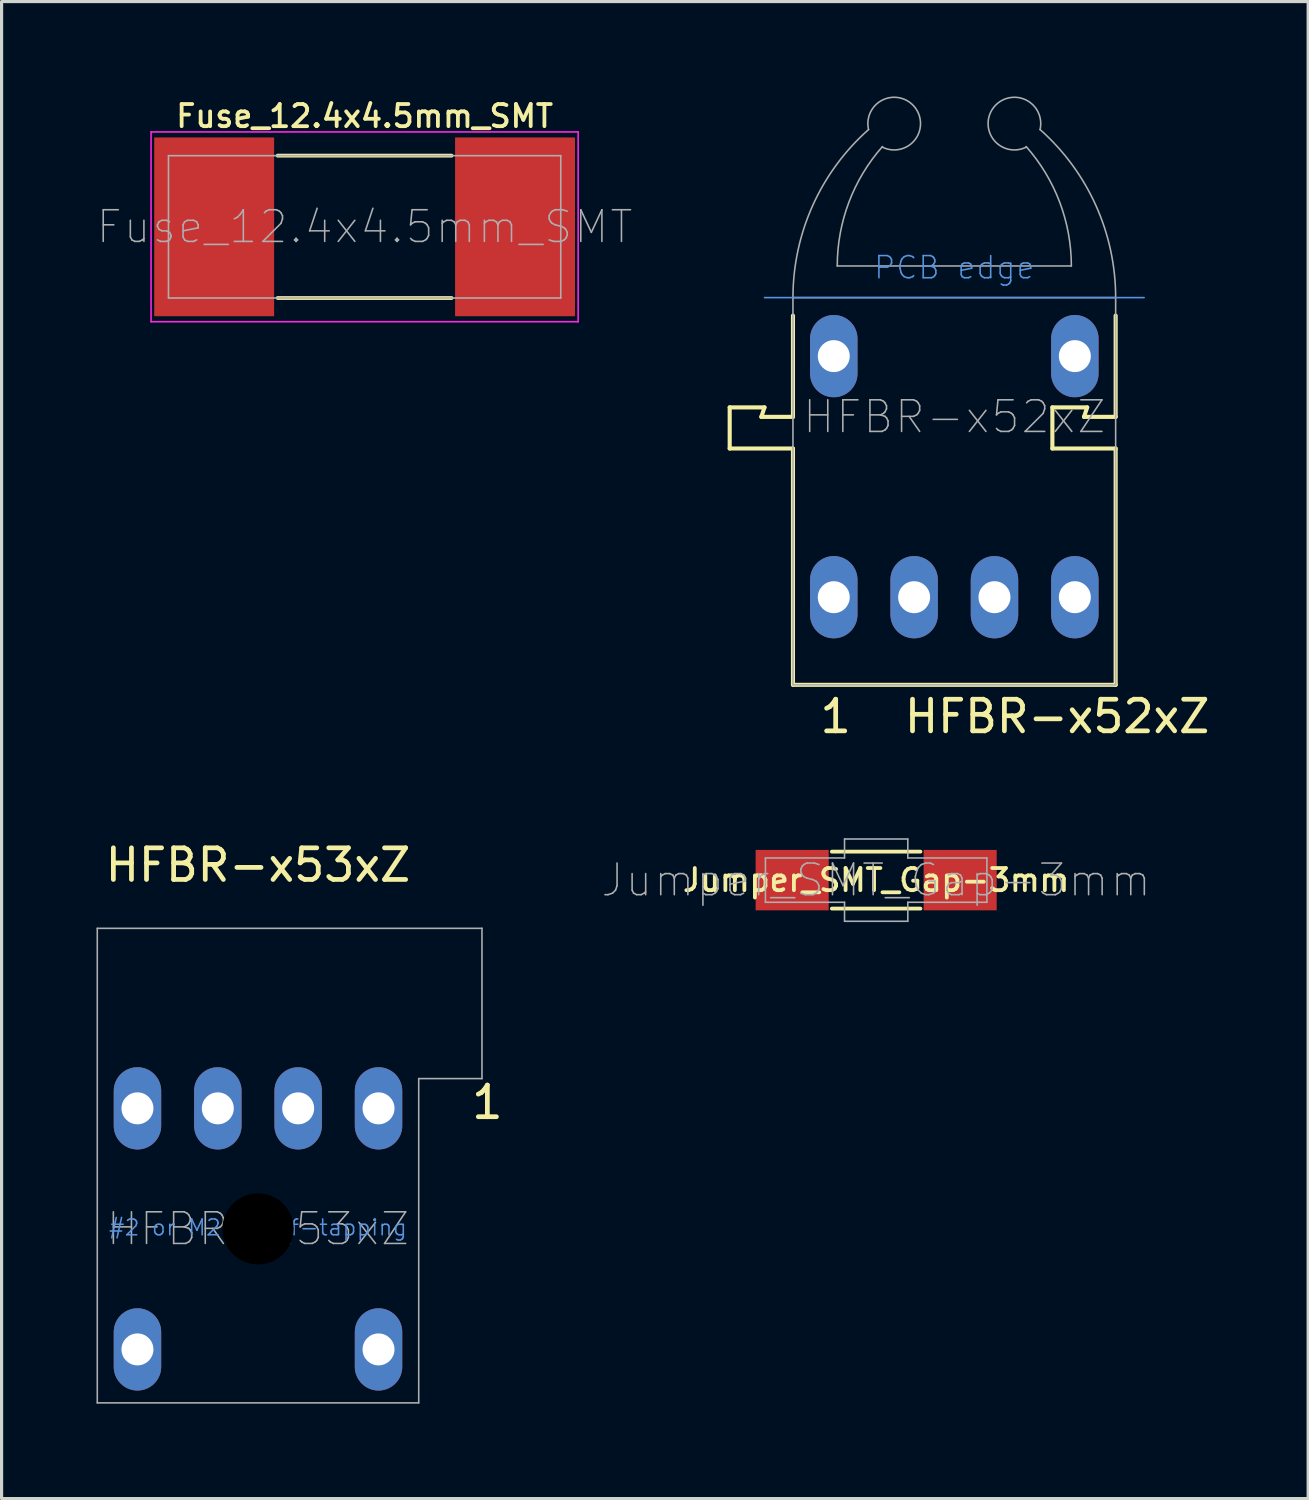
<source format=kicad_pcb>
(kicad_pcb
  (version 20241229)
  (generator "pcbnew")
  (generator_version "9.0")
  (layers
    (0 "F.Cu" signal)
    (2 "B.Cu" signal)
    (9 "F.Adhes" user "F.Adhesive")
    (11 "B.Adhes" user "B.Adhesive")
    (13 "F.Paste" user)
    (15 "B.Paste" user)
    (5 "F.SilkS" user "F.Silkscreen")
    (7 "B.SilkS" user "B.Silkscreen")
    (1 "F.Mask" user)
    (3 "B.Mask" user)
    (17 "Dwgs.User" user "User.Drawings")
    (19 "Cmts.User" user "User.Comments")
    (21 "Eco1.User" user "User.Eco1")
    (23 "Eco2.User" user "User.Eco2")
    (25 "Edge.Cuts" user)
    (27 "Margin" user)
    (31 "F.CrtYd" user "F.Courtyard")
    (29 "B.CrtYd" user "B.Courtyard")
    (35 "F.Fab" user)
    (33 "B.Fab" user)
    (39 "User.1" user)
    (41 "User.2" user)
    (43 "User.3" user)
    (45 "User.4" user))
  (footprint "HFBR-x53xZ"
    (layer "F.Cu")
    (at 5.105 35.794)
    (property "Reference" "HFBR-x53xZ" (at 0 -11.5 180) (layer "F.SilkS") (effects (font (size 1 1) (thickness 0.15))))
    (attr through_hole)
    (fp_line (start -5.08 -9.5) (end -5.08 5.5) (stroke (width 0.05) (type default)) (layer "F.Fab"))
    (fp_line (start -5.08 5.5) (end 5.08 5.5) (stroke (width 0.05) (type default)) (layer "F.Fab"))
    (fp_line (start 5.08 -4.75) (end 7.08 -4.75) (stroke (width 0.05) (type default)) (layer "F.Fab"))
    (fp_line (start 5.08 5.5) (end 5.08 -4.75) (stroke (width 0.05) (type default)) (layer "F.Fab"))
    (fp_line (start 7.08 -9.5) (end -5.08 -9.5) (stroke (width 0.05) (type default)) (layer "F.Fab"))
    (fp_line (start 7.08 -4.75) (end 7.08 -9.5) (stroke (width 0.05) (type default)) (layer "F.Fab"))
    (fp_text user "1" (at 7.25 -4 180) (layer "F.SilkS") (effects (font (size 1 1) (thickness 0.15))))
    (fp_text user "#2 or M2.2 self-tapping" (at -4.75 0.25 0) (unlocked yes) (layer "Cmts.User") (effects (font (size 0.5 0.5) (thickness 0.05)) (justify left bottom)))
    (fp_text user "${REFERENCE}" (at 0 0 0) (unlocked yes) (layer "F.Fab") (effects (font (size 1 1) (thickness 0.05))))
    (pad "" np_thru_hole circle (at 0 0) (size 2.25 2.25) (drill 2.25) (layers "*.Mask"))
    (pad "1" thru_hole oval (at 3.81 -3.81 180) (size 1.5 2.6) (drill 1.01) (layers "*.Cu" "*.Mask"))
    (pad "2" thru_hole oval (at 1.27 -3.81 180) (size 1.5 2.6) (drill 1.01) (layers "*.Cu" "*.Mask"))
    (pad "3" thru_hole oval (at -1.27 -3.81 180) (size 1.5 2.6) (drill 1.01) (layers "*.Cu" "*.Mask"))
    (pad "4" thru_hole oval (at -3.81 -3.81 180) (size 1.5 2.6) (drill 1.01) (layers "*.Cu" "*.Mask"))
    (pad "5" thru_hole oval (at -3.81 3.81 180) (size 1.5 2.6) (drill 1.01) (layers "*.Cu" "*.Mask"))
    (pad "6" thru_hole oval (at 3.81 3.81 180) (size 1.5 2.6) (drill 1.01) (layers "*.Cu" "*.Mask")))
  (footprint "Jumper_SMT_Gap-3mm"
    (layer "F.Cu")
    (at 24.645 24.77)
    (property "Reference" "Jumper_SMT_Gap-3mm" (at 0 0 0) (layer "F.SilkS") (effects (font (size 0.7 0.7) (thickness 0.12))))
    (attr smd)
    (fp_line (start -1.4 -0.9) (end 1.4 -0.9) (stroke (width 0.12) (type solid)) (layer "F.SilkS"))
    (fp_line (start -1.4 0.9) (end 1.4 0.9) (stroke (width 0.12) (type solid)) (layer "F.SilkS"))
    (fp_line (start -3.5 -0.7) (end -3.5 0.7) (stroke (width 0.05) (type solid)) (layer "F.Fab"))
    (fp_line (start -3.5 0.7) (end -1 0.7) (stroke (width 0.05) (type solid)) (layer "F.Fab"))
    (fp_line (start -1 -1.3) (end -1 -0.7) (stroke (width 0.05) (type solid)) (layer "F.Fab"))
    (fp_line (start -1 -0.7) (end -3.5 -0.7) (stroke (width 0.05) (type solid)) (layer "F.Fab"))
    (fp_line (start -1 0.7) (end -1 1.3) (stroke (width 0.05) (type solid)) (layer "F.Fab"))
    (fp_line (start -1 1.3) (end 1 1.3) (stroke (width 0.05) (type solid)) (layer "F.Fab"))
    (fp_line (start 1 -1.3) (end -1 -1.3) (stroke (width 0.05) (type solid)) (layer "F.Fab"))
    (fp_line (start 1 -0.7) (end 1 -1.3) (stroke (width 0.05) (type solid)) (layer "F.Fab"))
    (fp_line (start 1 0.7) (end 3.5 0.7) (stroke (width 0.05) (type solid)) (layer "F.Fab"))
    (fp_line (start 1 1.3) (end 1 0.7) (stroke (width 0.05) (type solid)) (layer "F.Fab"))
    (fp_line (start 3.5 -0.7) (end 1 -0.7) (stroke (width 0.05) (type solid)) (layer "F.Fab"))
    (fp_line (start 3.5 0.7) (end 3.5 -0.7) (stroke (width 0.05) (type solid)) (layer "F.Fab"))
    (fp_text user "${REFERENCE}" (at 0 0 0) (layer "F.Fab") (effects (font (size 1 1) (thickness 0.05))))
    (pad "1" smd rect (at -2.655 0) (size 2.31 1.91) (layers "F.Cu" "F.Mask" "F.Paste"))
    (pad "2" smd rect (at 2.655 0) (size 2.31 1.91) (layers "F.Cu" "F.Mask" "F.Paste")))
  (footprint "Fuse_12.4x4.5mm_SMT"
    (layer "F.Cu")
    (at 8.475 4.12)
    (property "Reference" "Fuse_12.4x4.5mm_SMT" (at 0 -3.5 0) (unlocked yes) (layer "F.SilkS") (effects (font (size 0.7 0.7) (thickness 0.12))))
    (attr smd)
    (fp_line (start -2.75 -2.25) (end 2.75 -2.25) (stroke (width 0.12) (type solid)) (layer "F.SilkS"))
    (fp_line (start -2.75 2.25) (end 2.75 2.25) (stroke (width 0.12) (type solid)) (layer "F.SilkS"))
    (fp_line (start -6.75 -3) (end 6.75 -3) (stroke (width 0.05) (type solid)) (layer "F.CrtYd"))
    (fp_line (start -6.75 3) (end -6.75 -3) (stroke (width 0.05) (type solid)) (layer "F.CrtYd"))
    (fp_line (start 6.75 -3) (end 6.75 3) (stroke (width 0.05) (type solid)) (layer "F.CrtYd"))
    (fp_line (start 6.75 3) (end -6.75 3) (stroke (width 0.05) (type solid)) (layer "F.CrtYd"))
    (fp_line (start -6.2 -2.25) (end -6.2 2.25) (stroke (width 0.05) (type solid)) (layer "F.Fab"))
    (fp_line (start -6.2 -2.25) (end 6.2 -2.25) (stroke (width 0.05) (type solid)) (layer "F.Fab"))
    (fp_line (start -6.2 2.25) (end 6.2 2.25) (stroke (width 0.05) (type solid)) (layer "F.Fab"))
    (fp_line (start 6.2 2.25) (end 6.2 -2.25) (stroke (width 0.05) (type solid)) (layer "F.Fab"))
    (fp_text user "${REFERENCE}" (at 0 0 0) (layer "F.Fab") (effects (font (size 1 1) (thickness 0.05))))
    (pad "1" smd rect (at -4.755 0) (size 3.79 5.65) (layers "F.Cu" "F.Mask" "F.Paste"))
    (pad "2" smd rect (at 4.755 0) (size 3.79 5.65) (layers "F.Cu" "F.Mask" "F.Paste")))
  (footprint "HFBR-x52xZ"
    (layer "F.Cu")
    (at 27.115 10.127)
    (property "Reference" "HFBR-x52xZ" (at 3.25 9.47 0) (layer "F.SilkS") (effects (font (size 1 1) (thickness 0.15))))
    (attr through_hole)
    (fp_line (start -7.1 -0.3) (end -6 -0.3) (stroke (width 0.13) (type solid)) (layer "F.SilkS"))
    (fp_line (start -7.1 1) (end -7.1 -0.3) (stroke (width 0.13) (type solid)) (layer "F.SilkS"))
    (fp_line (start -6.1 0) (end -5.1 0) (stroke (width 0.13) (type solid)) (layer "F.SilkS"))
    (fp_line (start -6 -0.3) (end -6.1 0) (stroke (width 0.13) (type solid)) (layer "F.SilkS"))
    (fp_line (start -5.1 0) (end -5.1 -3.2) (stroke (width 0.13) (type solid)) (layer "F.SilkS"))
    (fp_line (start -5.1 1) (end -7.1 1) (stroke (width 0.13) (type solid)) (layer "F.SilkS"))
    (fp_line (start -5.1 1.001) (end -5.1 8.47) (stroke (width 0.13) (type solid)) (layer "F.SilkS"))
    (fp_line (start 3.1 -0.3) (end 4.2 -0.3) (stroke (width 0.13) (type solid)) (layer "F.SilkS"))
    (fp_line (start 3.1 1) (end 3.1 -0.3) (stroke (width 0.13) (type solid)) (layer "F.SilkS"))
    (fp_line (start 4.1 0) (end 5.1 0) (stroke (width 0.13) (type solid)) (layer "F.SilkS"))
    (fp_line (start 4.2 -0.3) (end 4.1 0) (stroke (width 0.13) (type solid)) (layer "F.SilkS"))
    (fp_line (start 5.1 0) (end 5.1 -3.2) (stroke (width 0.13) (type solid)) (layer "F.SilkS"))
    (fp_line (start 5.1 1) (end 3.1 1) (stroke (width 0.13) (type solid)) (layer "F.SilkS"))
    (fp_line (start 5.1 1.001) (end 5.1 8.47) (stroke (width 0.13) (type solid)) (layer "F.SilkS"))
    (fp_line (start 5.1 8.47) (end -5.1 8.47) (stroke (width 0.13) (type solid)) (layer "F.SilkS"))
    (fp_line (start -6 -3.77) (end 6 -3.77) (stroke (width 0.05) (type solid)) (layer "Cmts.User"))
    (fp_line (start -5.1 -3.77) (end -5.1 8.47) (stroke (width 0.05) (type solid)) (layer "F.Fab"))
    (fp_line (start -5.1 -3.77) (end 5.1 -3.77) (stroke (width 0.05) (type solid)) (layer "F.Fab"))
    (fp_line (start -5.1 8.47) (end 5.1 8.47) (stroke (width 0.05) (type solid)) (layer "F.Fab"))
    (fp_line (start -3.7 -4.77) (end 3.7 -4.77) (stroke (width 0.05) (type solid)) (layer "F.Fab"))
    (fp_line (start 5.1 8.47) (end 5.1 -3.77) (stroke (width 0.05) (type solid)) (layer "F.Fab"))
    (fp_arc (start -5.1 -3.77) (mid -4.475198 -6.682354) (end -2.710759 -9.082132) (stroke (width 0.05) (type solid)) (layer "F.Fab"))
    (fp_arc (start -3.7 -4.77) (mid -3.33084 -6.787956) (end -2.271176 -8.544527) (stroke (width 0.05) (type solid)) (layer "F.Fab"))
    (fp_arc (start -2.710759 -9.082132) (mid -1.243964 -9.782095) (end -2.279069 -8.529101) (stroke (width 0.05) (type solid)) (layer "F.Fab"))
    (fp_arc (start 2.271176 -8.544527) (mid 3.33084 -6.787956) (end 3.7 -4.77) (stroke (width 0.05) (type solid)) (layer "F.Fab"))
    (fp_arc (start 2.279069 -8.529101) (mid 1.243964 -9.782095) (end 2.710759 -9.082132) (stroke (width 0.05) (type solid)) (layer "F.Fab"))
    (fp_arc (start 2.710759 -9.082132) (mid 4.475198 -6.682354) (end 5.1 -3.77) (stroke (width 0.05) (type solid)) (layer "F.Fab"))
    (fp_text user "1" (at -3.75 9.47 0) (layer "F.SilkS") (effects (font (size 1 1) (thickness 0.15))))
    (fp_text user "PCB edge" (at 0 -4.72 0) (layer "Cmts.User") (effects (font (size 0.7 0.7) (thickness 0.05))))
    (fp_text user "${REFERENCE}" (at 0 0 0) (layer "F.Fab") (effects (font (size 1 1) (thickness 0.05))))
    (pad "1" thru_hole oval (at -3.81 5.7) (size 1.5 2.6) (drill 1.01) (layers "*.Cu" "*.Mask"))
    (pad "2" thru_hole oval (at -1.27 5.7) (size 1.5 2.6) (drill 1.01) (layers "*.Cu" "*.Mask"))
    (pad "3" thru_hole oval (at 1.27 5.7) (size 1.5 2.6) (drill 1.01) (layers "*.Cu" "*.Mask"))
    (pad "4" thru_hole oval (at 3.81 5.7) (size 1.5 2.6) (drill 1.01) (layers "*.Cu" "*.Mask"))
    (pad "5" thru_hole oval (at 3.81 -1.92) (size 1.5 2.6) (drill 1.01) (layers "*.Cu" "*.Mask"))
    (pad "6" thru_hole oval (at -3.81 -1.92) (size 1.5 2.6) (drill 1.01) (layers "*.Cu" "*.Mask")))
  (gr_rect
    (start -3 -3)
    (end 38.3 44.319)
    (stroke (width 0.1) (type default))
    (fill no)
    (layer "Edge.Cuts")))
</source>
